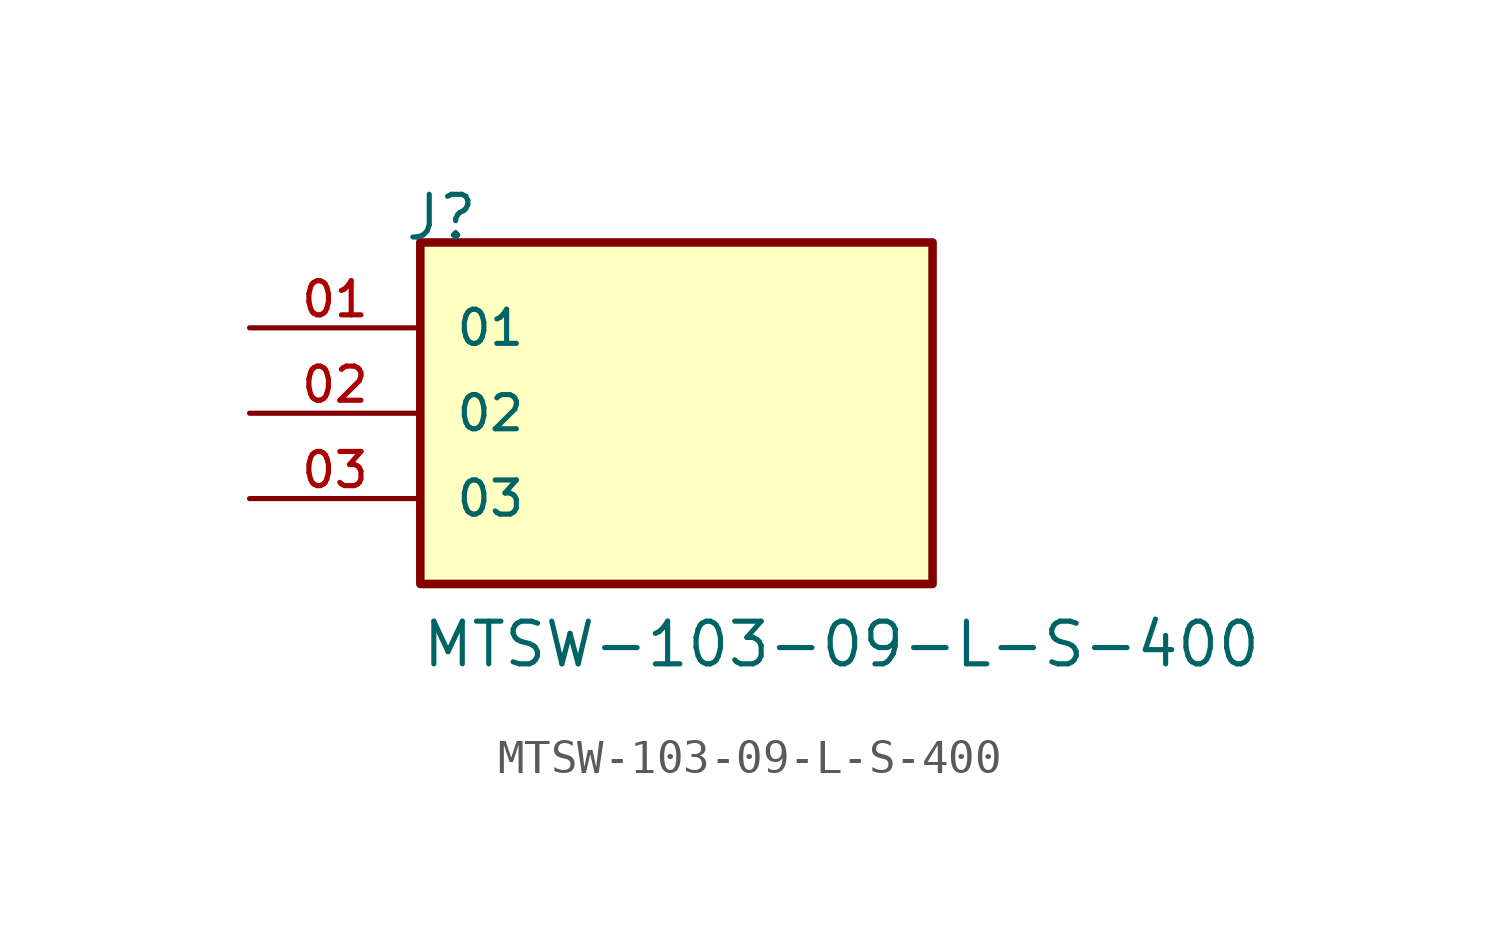
<source format=kicad_sym>
(kicad_symbol_lib
  (version 20211014)
  (generator kicad_symbol_editor)
  (symbol "MTSW-103-09-L-S-400"
    (pin_names
      (offset 1.016))
    (property "Reference" "J"
      (at -8.12 5.08 0)
      (effects (font (size 1.27 1.27)) (justify bottom left)))
    (property "Value" "MTSW-103-09-L-S-400"
      (at -7.62 -7.62 0)
      (effects (font (size 1.27 1.27)) (justify bottom left)))
    (symbol "MTSW-103-09-L-S-400_0_0"
      (rectangle (start -7.62 -5.08) (end 7.62 5.08) (stroke (width 0.254)) (fill (type background)))
      (pin passive line (at -12.7 2.54 0) (length 5.08) (name "01" (effects (font (size 1.016 1.016)))) (number "01" (effects (font (size 1.016 1.016)))))
      (pin passive line (at -12.7 0.0 0) (length 5.08) (name "02" (effects (font (size 1.016 1.016)))) (number "02" (effects (font (size 1.016 1.016)))))
      (pin passive line (at -12.7 -2.54 0) (length 5.08) (name "03" (effects (font (size 1.016 1.016)))) (number "03" (effects (font (size 1.016 1.016))))))))
</source>
